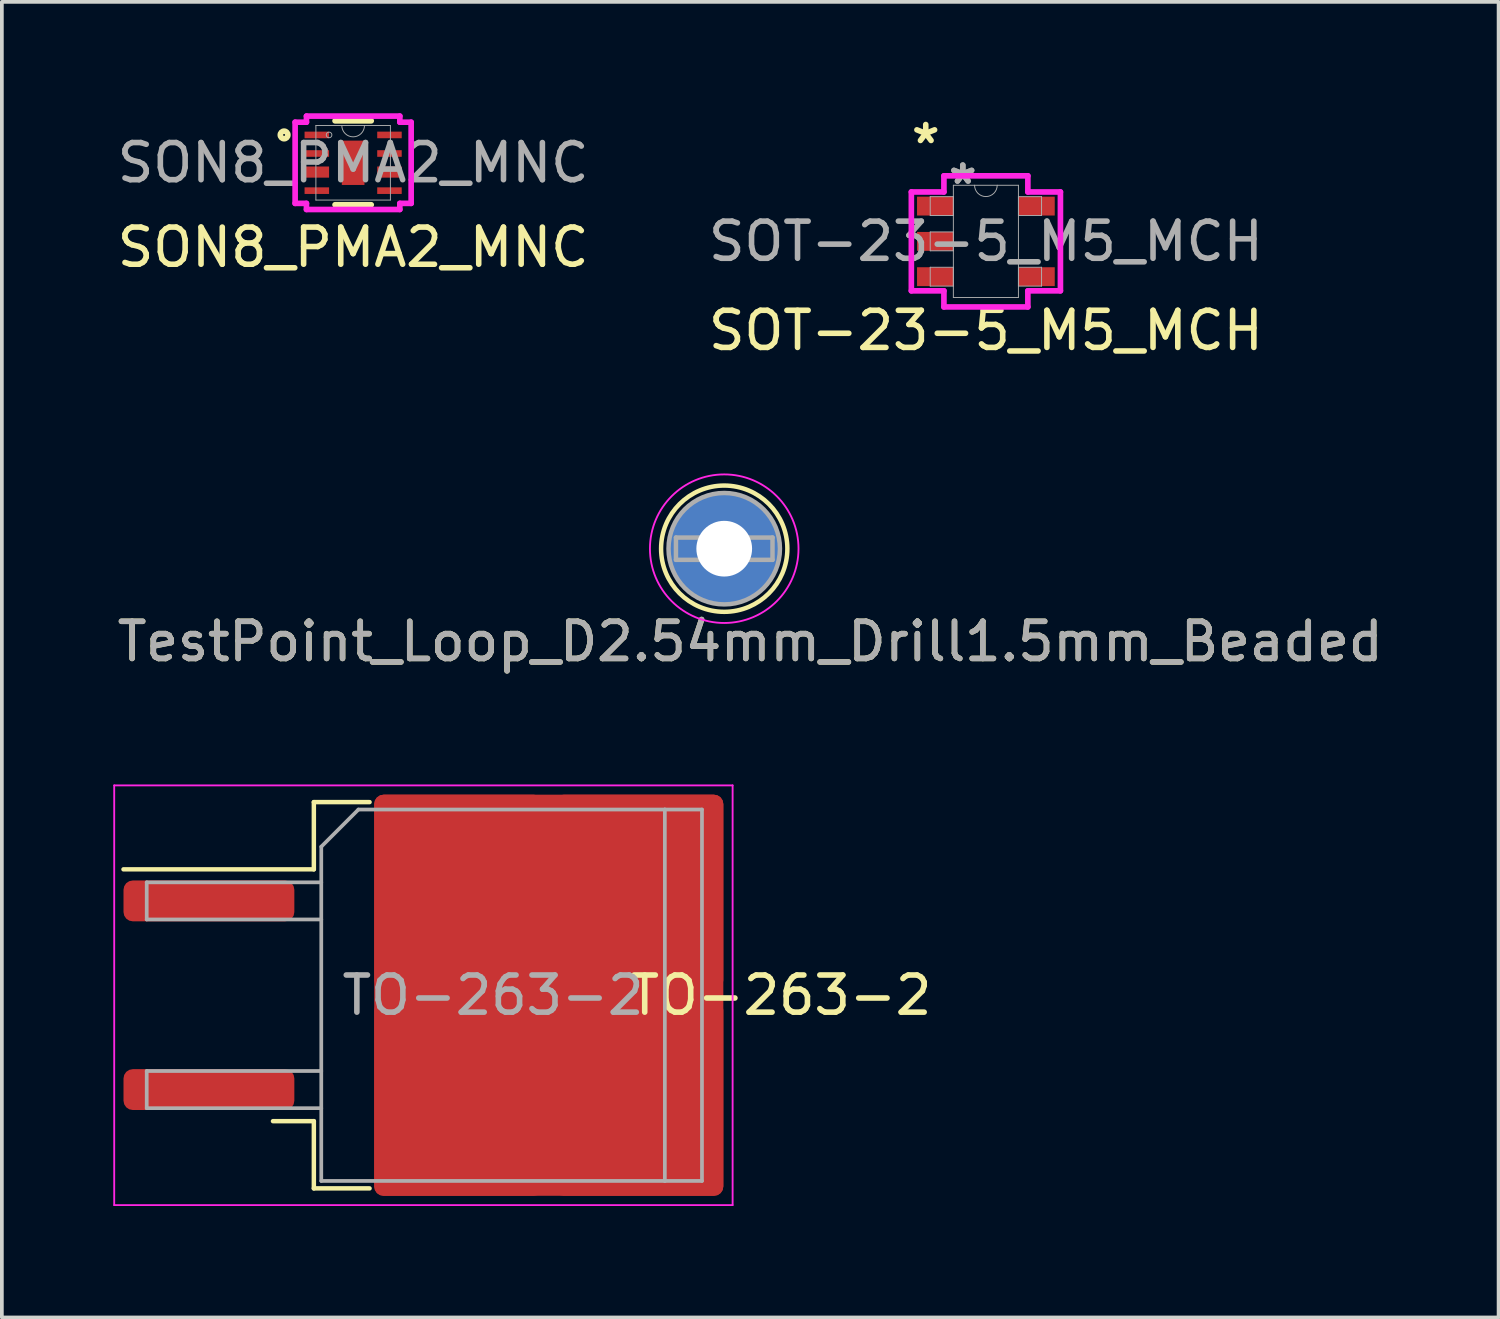
<source format=kicad_pcb>
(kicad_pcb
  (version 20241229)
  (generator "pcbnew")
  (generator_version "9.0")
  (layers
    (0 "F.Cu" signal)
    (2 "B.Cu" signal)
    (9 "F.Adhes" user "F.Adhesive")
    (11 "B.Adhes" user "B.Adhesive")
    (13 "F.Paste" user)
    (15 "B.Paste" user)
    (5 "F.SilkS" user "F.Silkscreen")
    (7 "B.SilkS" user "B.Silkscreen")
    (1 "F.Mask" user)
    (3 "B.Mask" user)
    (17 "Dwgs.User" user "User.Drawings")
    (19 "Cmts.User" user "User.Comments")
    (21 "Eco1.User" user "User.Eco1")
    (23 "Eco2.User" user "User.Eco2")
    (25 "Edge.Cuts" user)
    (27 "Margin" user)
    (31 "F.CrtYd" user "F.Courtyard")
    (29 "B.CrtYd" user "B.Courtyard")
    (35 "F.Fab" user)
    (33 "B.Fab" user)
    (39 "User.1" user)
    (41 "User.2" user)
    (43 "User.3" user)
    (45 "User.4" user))
  (footprint "TestPoint_Loop_D2.54mm_Drill1.5mm_Beaded"
    (layer "F.Cu")
    (at 16.449 11.723)
    (property "Reference" "TestPoint_Loop_D2.54mm_Drill1.5mm_Beaded" (at 0.7 2.5 0) (layer "F.SilkS") (effects (font (size 1 1) (thickness 0.15))))
    (attr through_hole)
    (fp_circle (center 0 0) (end 1.7 0) (stroke (width 0.12) (type solid)) (fill no) (layer "F.SilkS"))
    (fp_circle (center 0 0) (end 2 0) (stroke (width 0.05) (type solid)) (fill no) (layer "F.CrtYd"))
    (fp_line (start -1.3 -0.3) (end -1.3 0.3) (stroke (width 0.12) (type solid)) (layer "F.Fab"))
    (fp_line (start -1.3 0.3) (end 1.3 0.3) (stroke (width 0.12) (type solid)) (layer "F.Fab"))
    (fp_line (start 1.3 -0.3) (end -1.3 -0.3) (stroke (width 0.12) (type solid)) (layer "F.Fab"))
    (fp_line (start 1.3 0.3) (end 1.3 -0.3) (stroke (width 0.12) (type solid)) (layer "F.Fab"))
    (fp_circle (center 0 0) (end 1.5 0) (stroke (width 0.12) (type solid)) (fill no) (layer "F.Fab"))
    (fp_text user "${REFERENCE}" (at 0.7 2.5 0) (layer "F.Fab") (effects (font (size 1 1) (thickness 0.15))))
    (pad "1" thru_hole circle (at 0 0) (size 3 3) (drill 1.5) (layers "*.Cu" "*.Mask")))
  (footprint "SON8_PMA2_MNC"
    (layer "F.Cu")
    (at 6.458 1.333)
    (property "Reference" "SON8_PMA2_MNC" (at 0 2.276 0) (unlocked yes) (layer "F.SilkS") (effects (font (size 1 1) (thickness 0.15))))
    (attr smd)
    (fp_line (start -0.487 1.13) (end 0.487 1.13) (stroke (width 0.152) (type solid)) (layer "F.SilkS"))
    (fp_line (start 0.487 -1.13) (end -0.487 -1.13) (stroke (width 0.152) (type solid)) (layer "F.SilkS"))
    (fp_circle (center -1.859 -0.75) (end -1.757 -0.75) (stroke (width 0.152) (type solid)) (fill no) (layer "F.SilkS"))
    (fp_line (start -1.562 -1.093) (end -1.257 -1.093) (stroke (width 0.152) (type solid)) (layer "F.CrtYd"))
    (fp_line (start -1.562 1.093) (end -1.562 -1.093) (stroke (width 0.152) (type solid)) (layer "F.CrtYd"))
    (fp_line (start -1.562 1.093) (end -1.257 1.093) (stroke (width 0.152) (type solid)) (layer "F.CrtYd"))
    (fp_line (start -1.257 -1.257) (end 1.257 -1.257) (stroke (width 0.152) (type solid)) (layer "F.CrtYd"))
    (fp_line (start -1.257 -1.093) (end -1.257 -1.257) (stroke (width 0.152) (type solid)) (layer "F.CrtYd"))
    (fp_line (start -1.257 1.257) (end -1.257 1.093) (stroke (width 0.152) (type solid)) (layer "F.CrtYd"))
    (fp_line (start 1.257 -1.257) (end 1.257 -1.093) (stroke (width 0.152) (type solid)) (layer "F.CrtYd"))
    (fp_line (start 1.257 1.093) (end 1.257 1.257) (stroke (width 0.152) (type solid)) (layer "F.CrtYd"))
    (fp_line (start 1.257 1.257) (end -1.257 1.257) (stroke (width 0.152) (type solid)) (layer "F.CrtYd"))
    (fp_line (start 1.562 -1.093) (end 1.257 -1.093) (stroke (width 0.152) (type solid)) (layer "F.CrtYd"))
    (fp_line (start 1.562 -1.093) (end 1.562 1.093) (stroke (width 0.152) (type solid)) (layer "F.CrtYd"))
    (fp_line (start 1.562 1.093) (end 1.257 1.093) (stroke (width 0.152) (type solid)) (layer "F.CrtYd"))
    (fp_line (start -1.003 -1.003) (end -1.003 1.003) (stroke (width 0.025) (type solid)) (layer "F.Fab"))
    (fp_line (start -1.003 1.003) (end 1.003 1.003) (stroke (width 0.025) (type solid)) (layer "F.Fab"))
    (fp_line (start 1.003 -1.003) (end -1.003 -1.003) (stroke (width 0.025) (type solid)) (layer "F.Fab"))
    (fp_line (start 1.003 1.003) (end 1.003 -1.003) (stroke (width 0.025) (type solid)) (layer "F.Fab"))
    (fp_arc (start 0.3048 -1.0033) (mid 0 -0.6985) (end -0.3048 -1.0033) (stroke (width 0.0254) (type solid)) (layer "F.Fab"))
    (fp_circle (center -0.648 -0.75) (end -0.572 -0.75) (stroke (width 0.025) (type solid)) (fill no) (layer "F.Fab"))
    (fp_text user "${REFERENCE}" (at 0 0 0) (unlocked yes) (layer "F.Fab") (effects (font (size 1 1) (thickness 0.15))))
    (pad "1" smd rect (at -0.978 -0.75) (size 0.66 0.178) (layers "F.Cu" "F.Mask" "F.Paste"))
    (pad "2" smd rect (at -0.978 -0.25) (size 0.66 0.178) (layers "F.Cu" "F.Mask" "F.Paste"))
    (pad "3" smd rect (at -0.978 0.25) (size 0.66 0.3) (layers "F.Cu" "F.Mask" "F.Paste"))
    (pad "4" smd rect (at -0.978 0.75) (size 0.66 0.178) (layers "F.Cu" "F.Mask" "F.Paste"))
    (pad "5" smd rect (at 0.978 0.75) (size 0.66 0.178) (layers "F.Cu" "F.Mask" "F.Paste"))
    (pad "6" smd rect (at 0.978 0.25) (size 0.66 0.3) (layers "F.Cu" "F.Mask" "F.Paste"))
    (pad "7" smd rect (at 0.978 -0.25) (size 0.66 0.178) (layers "F.Cu" "F.Mask" "F.Paste"))
    (pad "8" smd rect (at 0.978 -0.75) (size 0.66 0.178) (layers "F.Cu" "F.Mask" "F.Paste"))
    (pad "9" smd rect (at 0 0) (size 0.61 1.194) (layers "F.Cu" "F.Mask" "F.Paste")))
  (footprint "SOT-23-5_M5_MCH"
    (layer "F.Cu")
    (at 23.494 3.449)
    (property "Reference" "SOT-23-5_M5_MCH" (at 0 2.4 0) (unlocked yes) (layer "F.SilkS") (effects (font (size 1 1) (thickness 0.15))))
    (attr smd)
    (fp_line (start -2.007 -1.331) (end -1.13 -1.331) (stroke (width 0.152) (type solid)) (layer "F.CrtYd"))
    (fp_line (start -2.007 1.331) (end -2.007 -1.331) (stroke (width 0.152) (type solid)) (layer "F.CrtYd"))
    (fp_line (start -1.13 -1.765) (end 1.13 -1.765) (stroke (width 0.152) (type solid)) (layer "F.CrtYd"))
    (fp_line (start -1.13 -1.331) (end -1.13 -1.765) (stroke (width 0.152) (type solid)) (layer "F.CrtYd"))
    (fp_line (start -1.13 1.331) (end -2.007 1.331) (stroke (width 0.152) (type solid)) (layer "F.CrtYd"))
    (fp_line (start -1.13 1.765) (end -1.13 1.331) (stroke (width 0.152) (type solid)) (layer "F.CrtYd"))
    (fp_line (start 1.13 -1.765) (end 1.13 -1.331) (stroke (width 0.152) (type solid)) (layer "F.CrtYd"))
    (fp_line (start 1.13 -1.331) (end 2.007 -1.331) (stroke (width 0.152) (type solid)) (layer "F.CrtYd"))
    (fp_line (start 1.13 1.331) (end 1.13 1.765) (stroke (width 0.152) (type solid)) (layer "F.CrtYd"))
    (fp_line (start 1.13 1.765) (end -1.13 1.765) (stroke (width 0.152) (type solid)) (layer "F.CrtYd"))
    (fp_line (start 2.007 -1.331) (end 2.007 1.331) (stroke (width 0.152) (type solid)) (layer "F.CrtYd"))
    (fp_line (start 2.007 1.331) (end 1.13 1.331) (stroke (width 0.152) (type solid)) (layer "F.CrtYd"))
    (fp_line (start -1.499 -1.204) (end -1.499 -0.696) (stroke (width 0.025) (type solid)) (layer "F.Fab"))
    (fp_line (start -1.499 -0.696) (end -0.876 -0.696) (stroke (width 0.025) (type solid)) (layer "F.Fab"))
    (fp_line (start -1.499 -0.254) (end -1.499 0.254) (stroke (width 0.025) (type solid)) (layer "F.Fab"))
    (fp_line (start -1.499 0.254) (end -0.876 0.254) (stroke (width 0.025) (type solid)) (layer "F.Fab"))
    (fp_line (start -1.499 0.696) (end -1.499 1.204) (stroke (width 0.025) (type solid)) (layer "F.Fab"))
    (fp_line (start -1.499 1.204) (end -0.876 1.204) (stroke (width 0.025) (type solid)) (layer "F.Fab"))
    (fp_line (start -0.876 -1.511) (end -0.876 1.511) (stroke (width 0.025) (type solid)) (layer "F.Fab"))
    (fp_line (start -0.876 -1.204) (end -1.499 -1.204) (stroke (width 0.025) (type solid)) (layer "F.Fab"))
    (fp_line (start -0.876 -0.696) (end -0.876 -1.204) (stroke (width 0.025) (type solid)) (layer "F.Fab"))
    (fp_line (start -0.876 -0.254) (end -1.499 -0.254) (stroke (width 0.025) (type solid)) (layer "F.Fab"))
    (fp_line (start -0.876 0.254) (end -0.876 -0.254) (stroke (width 0.025) (type solid)) (layer "F.Fab"))
    (fp_line (start -0.876 0.696) (end -1.499 0.696) (stroke (width 0.025) (type solid)) (layer "F.Fab"))
    (fp_line (start -0.876 1.204) (end -0.876 0.696) (stroke (width 0.025) (type solid)) (layer "F.Fab"))
    (fp_line (start -0.876 1.511) (end 0.876 1.511) (stroke (width 0.025) (type solid)) (layer "F.Fab"))
    (fp_line (start 0.876 -1.511) (end -0.876 -1.511) (stroke (width 0.025) (type solid)) (layer "F.Fab"))
    (fp_line (start 0.876 -1.204) (end 0.876 -0.696) (stroke (width 0.025) (type solid)) (layer "F.Fab"))
    (fp_line (start 0.876 -0.696) (end 1.499 -0.696) (stroke (width 0.025) (type solid)) (layer "F.Fab"))
    (fp_line (start 0.876 0.696) (end 0.876 1.204) (stroke (width 0.025) (type solid)) (layer "F.Fab"))
    (fp_line (start 0.876 1.204) (end 1.499 1.204) (stroke (width 0.025) (type solid)) (layer "F.Fab"))
    (fp_line (start 0.876 1.511) (end 0.876 -1.511) (stroke (width 0.025) (type solid)) (layer "F.Fab"))
    (fp_line (start 1.499 -1.204) (end 0.876 -1.204) (stroke (width 0.025) (type solid)) (layer "F.Fab"))
    (fp_line (start 1.499 -0.696) (end 1.499 -1.204) (stroke (width 0.025) (type solid)) (layer "F.Fab"))
    (fp_line (start 1.499 0.696) (end 0.876 0.696) (stroke (width 0.025) (type solid)) (layer "F.Fab"))
    (fp_line (start 1.499 1.204) (end 1.499 0.696) (stroke (width 0.025) (type solid)) (layer "F.Fab"))
    (fp_arc (start 0.3048 -1.5113) (mid 0 -1.2065) (end -0.3048 -1.5113) (stroke (width 0.0254) (type solid)) (layer "F.Fab"))
    (fp_text user "*" (at -1.619 -2.601 0) (layer "F.SilkS") (effects (font (size 1 1) (thickness 0.15))))
    (fp_text user "${REFERENCE}" (at 0 0 0) (unlocked yes) (layer "F.Fab") (effects (font (size 1 1) (thickness 0.15))))
    (fp_text user "*" (at -0.622 -1.509 0) (unlocked yes) (layer "F.Fab") (effects (font (size 1 1) (thickness 0.15))))
    (fp_text user "*" (at -0.622 -1.509 0) (unlocked yes) (layer "F.Fab") (effects (font (size 1 1) (thickness 0.15))))
    (pad "1" smd rect (at -1.365 -0.95) (size 0.978 0.508) (layers "F.Cu" "F.Mask" "F.Paste"))
    (pad "2" smd rect (at -1.365 0) (size 0.978 0.508) (layers "F.Cu" "F.Mask" "F.Paste"))
    (pad "3" smd rect (at -1.365 0.95) (size 0.978 0.508) (layers "F.Cu" "F.Mask" "F.Paste"))
    (pad "4" smd rect (at 1.365 0.95) (size 0.978 0.508) (layers "F.Cu" "F.Mask" "F.Paste"))
    (pad "5" smd rect (at 1.365 -0.95) (size 0.978 0.508) (layers "F.Cu" "F.Mask" "F.Paste")))
  (footprint "TO-263-2"
    (layer "F.Cu")
    (at 10.225 23.746)
    (property "Reference" "TO-263-2" (at 7.75 0 0) (layer "F.SilkS") (effects (font (size 1 1) (thickness 0.15))))
    (attr smd)
    (fp_line (start -4.825 -5.2) (end -4.825 -3.39) (stroke (width 0.12) (type solid)) (layer "F.SilkS"))
    (fp_line (start -4.825 -3.39) (end -9.95 -3.39) (stroke (width 0.12) (type solid)) (layer "F.SilkS"))
    (fp_line (start -4.825 3.39) (end -5.925 3.39) (stroke (width 0.12) (type solid)) (layer "F.SilkS"))
    (fp_line (start -4.825 5.2) (end -4.825 3.39) (stroke (width 0.12) (type solid)) (layer "F.SilkS"))
    (fp_line (start -3.325 -5.2) (end -4.825 -5.2) (stroke (width 0.12) (type solid)) (layer "F.SilkS"))
    (fp_line (start -3.325 5.2) (end -4.825 5.2) (stroke (width 0.12) (type solid)) (layer "F.SilkS"))
    (fp_line (start -10.2 -5.65) (end -10.2 5.65) (stroke (width 0.05) (type solid)) (layer "F.CrtYd"))
    (fp_line (start -10.2 5.65) (end 6.45 5.65) (stroke (width 0.05) (type solid)) (layer "F.CrtYd"))
    (fp_line (start 6.45 -5.65) (end -10.2 -5.65) (stroke (width 0.05) (type solid)) (layer "F.CrtYd"))
    (fp_line (start 6.45 5.65) (end 6.45 -5.65) (stroke (width 0.05) (type solid)) (layer "F.CrtYd"))
    (fp_line (start -9.325 -3.04) (end -9.325 -2.04) (stroke (width 0.1) (type solid)) (layer "F.Fab"))
    (fp_line (start -9.325 -2.04) (end -4.625 -2.04) (stroke (width 0.1) (type solid)) (layer "F.Fab"))
    (fp_line (start -9.325 2.04) (end -9.325 3.04) (stroke (width 0.1) (type solid)) (layer "F.Fab"))
    (fp_line (start -9.325 3.04) (end -4.625 3.04) (stroke (width 0.1) (type solid)) (layer "F.Fab"))
    (fp_line (start -4.625 -4) (end -3.625 -5) (stroke (width 0.1) (type solid)) (layer "F.Fab"))
    (fp_line (start -4.625 -3.04) (end -9.325 -3.04) (stroke (width 0.1) (type solid)) (layer "F.Fab"))
    (fp_line (start -4.625 2.04) (end -9.325 2.04) (stroke (width 0.1) (type solid)) (layer "F.Fab"))
    (fp_line (start -4.625 5) (end -4.625 -4) (stroke (width 0.1) (type solid)) (layer "F.Fab"))
    (fp_line (start -3.625 -5) (end 4.625 -5) (stroke (width 0.1) (type solid)) (layer "F.Fab"))
    (fp_line (start 4.625 -5) (end 4.625 5) (stroke (width 0.1) (type solid)) (layer "F.Fab"))
    (fp_line (start 4.625 -5) (end 5.625 -5) (stroke (width 0.1) (type solid)) (layer "F.Fab"))
    (fp_line (start 4.625 5) (end -4.625 5) (stroke (width 0.1) (type solid)) (layer "F.Fab"))
    (fp_line (start 5.625 -5) (end 5.625 5) (stroke (width 0.1) (type solid)) (layer "F.Fab"))
    (fp_line (start 5.625 5) (end 4.625 5) (stroke (width 0.1) (type solid)) (layer "F.Fab"))
    (fp_text user "${REFERENCE}" (at 0 0 0) (layer "F.Fab") (effects (font (size 1 1) (thickness 0.15))))
    (pad "1" smd roundrect (at -7.65 -2.54) (size 4.6 1.1) (layers "F.Cu" "F.Mask" "F.Paste") (roundrect_rratio 0.227))
    (pad "2" smd roundrect (at -0.925 -2.775) (size 4.55 5.25) (layers "F.Cu" "F.Paste") (roundrect_rratio 0.055))
    (pad "2" smd roundrect (at -0.925 2.775) (size 4.55 5.25) (layers "F.Cu" "F.Paste") (roundrect_rratio 0.055))
    (pad "2" smd roundrect (at 1.5 0) (size 9.4 10.8) (layers "F.Cu" "F.Mask") (roundrect_rratio 0.027))
    (pad "2" smd roundrect (at 3.925 -2.775) (size 4.55 5.25) (layers "F.Cu" "F.Paste") (roundrect_rratio 0.055))
    (pad "2" smd roundrect (at 3.925 2.775) (size 4.55 5.25) (layers "F.Cu" "F.Paste") (roundrect_rratio 0.055))
    (pad "3" smd roundrect (at -7.65 2.54) (size 4.6 1.1) (layers "F.Cu" "F.Mask" "F.Paste") (roundrect_rratio 0.227)))
  (gr_rect
    (start -3 -3)
    (end 37.298 32.421)
    (stroke (width 0.1) (type default))
    (fill no)
    (layer "Edge.Cuts")))
</source>
